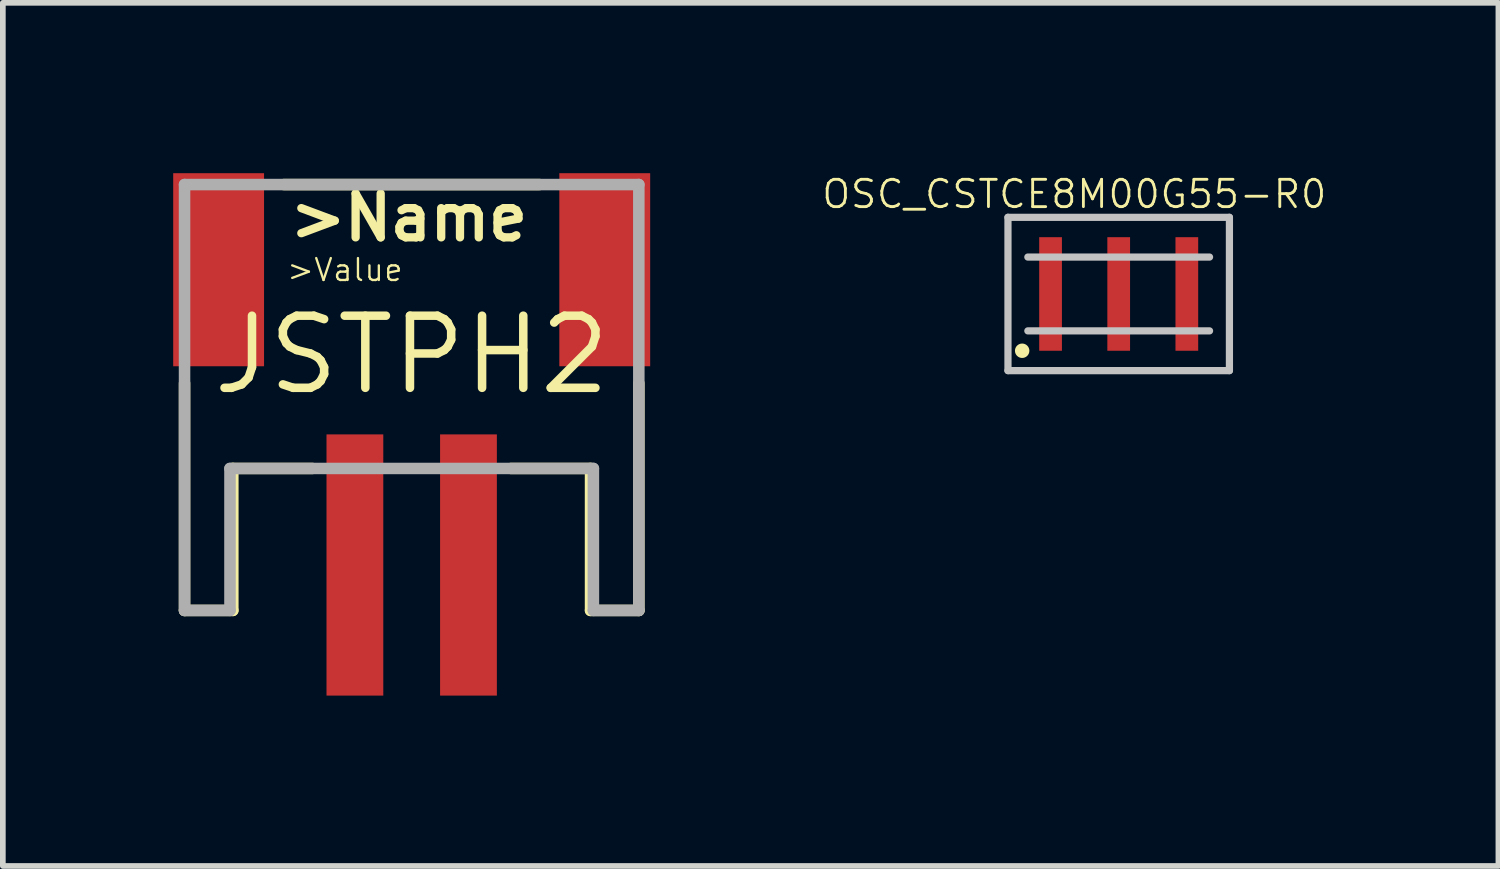
<source format=kicad_pcb>
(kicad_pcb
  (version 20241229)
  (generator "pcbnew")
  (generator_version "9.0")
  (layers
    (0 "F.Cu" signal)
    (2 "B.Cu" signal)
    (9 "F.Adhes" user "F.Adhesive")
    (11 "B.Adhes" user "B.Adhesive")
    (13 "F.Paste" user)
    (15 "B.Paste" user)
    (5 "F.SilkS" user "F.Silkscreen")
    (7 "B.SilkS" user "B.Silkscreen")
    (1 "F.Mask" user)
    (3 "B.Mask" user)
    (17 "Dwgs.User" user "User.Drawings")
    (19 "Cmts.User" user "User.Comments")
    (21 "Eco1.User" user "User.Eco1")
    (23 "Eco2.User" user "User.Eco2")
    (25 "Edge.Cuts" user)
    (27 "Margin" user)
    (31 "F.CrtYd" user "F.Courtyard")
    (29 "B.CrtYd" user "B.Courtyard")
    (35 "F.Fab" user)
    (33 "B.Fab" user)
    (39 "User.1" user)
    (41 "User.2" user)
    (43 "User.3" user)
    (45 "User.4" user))
  (footprint "OSC_CSTCE8M00G55-R0"
    (layer "F.Cu")
    (at 16.651 2.127)
    (property "Reference" "OSC_CSTCE8M00G55-R0" (at -0.782 -1.758 0) (layer "F.SilkS") (effects (font (size 0.481 0.481) (thickness 0.05))))
    (attr smd)
    (fp_circle (center -1.7 1) (end -1.573 1) (stroke (width 0) (type solid)) (fill yes) (layer "F.SilkS"))
    (fp_line (start -1.95 -1.35) (end 1.95 -1.35) (stroke (width 0.127) (type solid)) (layer "Dwgs.User"))
    (fp_line (start -1.95 1.35) (end -1.95 -1.35) (stroke (width 0.127) (type solid)) (layer "Dwgs.User"))
    (fp_line (start -1.6 -0.65) (end 1.6 -0.65) (stroke (width 0.127) (type solid)) (layer "Dwgs.User"))
    (fp_line (start 1.6 0.65) (end -1.6 0.65) (stroke (width 0.127) (type solid)) (layer "Dwgs.User"))
    (fp_line (start 1.95 -1.35) (end 1.95 1.35) (stroke (width 0.127) (type solid)) (layer "Dwgs.User"))
    (fp_line (start 1.95 1.35) (end -1.95 1.35) (stroke (width 0.127) (type solid)) (layer "Dwgs.User"))
    (pad "1" smd rect (at -1.2 0) (size 0.4 2) (layers "F.Cu" "F.Mask" "F.Paste"))
    (pad "2" smd rect (at 0 0) (size 0.4 2) (layers "F.Cu" "F.Mask" "F.Paste"))
    (pad "3" smd rect (at 1.2 0) (size 0.4 2) (layers "F.Cu" "F.Mask" "F.Paste")))
  (footprint "JSTPH2"
    (layer "F.Cu")
    (at 4.2 3.2)
    (property "Reference" "JSTPH2" (at 0 0 0) (layer "F.SilkS") (effects (font (size 1.27 1.27) (thickness 0.15))))
    (attr through_hole)
    (fp_line (start -4 4.5) (end -4 0.5) (stroke (width 0.203) (type solid)) (layer "F.SilkS"))
    (fp_line (start -3.15 2) (end -3.15 4.5) (stroke (width 0.203) (type solid)) (layer "F.SilkS"))
    (fp_line (start -3.15 4.5) (end -4 4.5) (stroke (width 0.203) (type solid)) (layer "F.SilkS"))
    (fp_line (start -2.25 -3) (end 2.25 -3) (stroke (width 0.203) (type solid)) (layer "F.SilkS"))
    (fp_line (start -1.75 2) (end -3.15 2) (stroke (width 0.203) (type solid)) (layer "F.SilkS"))
    (fp_line (start 3.15 2) (end 1.75 2) (stroke (width 0.203) (type solid)) (layer "F.SilkS"))
    (fp_line (start 3.15 4.5) (end 3.15 2) (stroke (width 0.203) (type solid)) (layer "F.SilkS"))
    (fp_line (start 4 0.5) (end 4 4.5) (stroke (width 0.203) (type solid)) (layer "F.SilkS"))
    (fp_line (start 4 4.5) (end 3.15 4.5) (stroke (width 0.203) (type solid)) (layer "F.SilkS"))
    (fp_line (start -4 -3) (end 4 -3) (stroke (width 0.203) (type solid)) (layer "F.Fab"))
    (fp_line (start -4 4.5) (end -4 -3) (stroke (width 0.203) (type solid)) (layer "F.Fab"))
    (fp_line (start -3.2 2) (end -3.2 4.5) (stroke (width 0.203) (type solid)) (layer "F.Fab"))
    (fp_line (start -3.2 4.5) (end -4 4.5) (stroke (width 0.203) (type solid)) (layer "F.Fab"))
    (fp_line (start 3.2 2) (end -3.2 2) (stroke (width 0.203) (type solid)) (layer "F.Fab"))
    (fp_line (start 3.2 4.5) (end 3.2 2) (stroke (width 0.203) (type solid)) (layer "F.Fab"))
    (fp_line (start 4 -3) (end 4 4.5) (stroke (width 0.203) (type solid)) (layer "F.Fab"))
    (fp_line (start 4 4.5) (end 3.2 4.5) (stroke (width 0.203) (type solid)) (layer "F.Fab"))
    (fp_text user ">Value" (at -2.223 -1.27 0) (layer "F.SilkS") (effects (font (size 0.386 0.386) (thickness 0.041)) (justify left bottom)))
    (fp_text user ">Name" (at -2.223 -1.968 0) (layer "F.SilkS") (effects (font (size 0.772 0.772) (thickness 0.146)) (justify left bottom)))
    (pad "1" smd rect (at -1 3.7) (size 1 4.6) (layers "F.Cu" "F.Mask" "F.Paste"))
    (pad "2" smd rect (at 1 3.7) (size 1 4.6) (layers "F.Cu" "F.Mask" "F.Paste"))
    (pad "NC1" smd rect (at -3.4 -1.5 90) (size 3.4 1.6) (layers "F.Cu" "F.Mask" "F.Paste"))
    (pad "NC2" smd rect (at 3.4 -1.5 90) (size 3.4 1.6) (layers "F.Cu" "F.Mask" "F.Paste")))
  (gr_rect
    (start -3 -3)
    (end 23.338 12.2)
    (stroke (width 0.1) (type default))
    (fill no)
    (layer "Edge.Cuts")))
</source>
